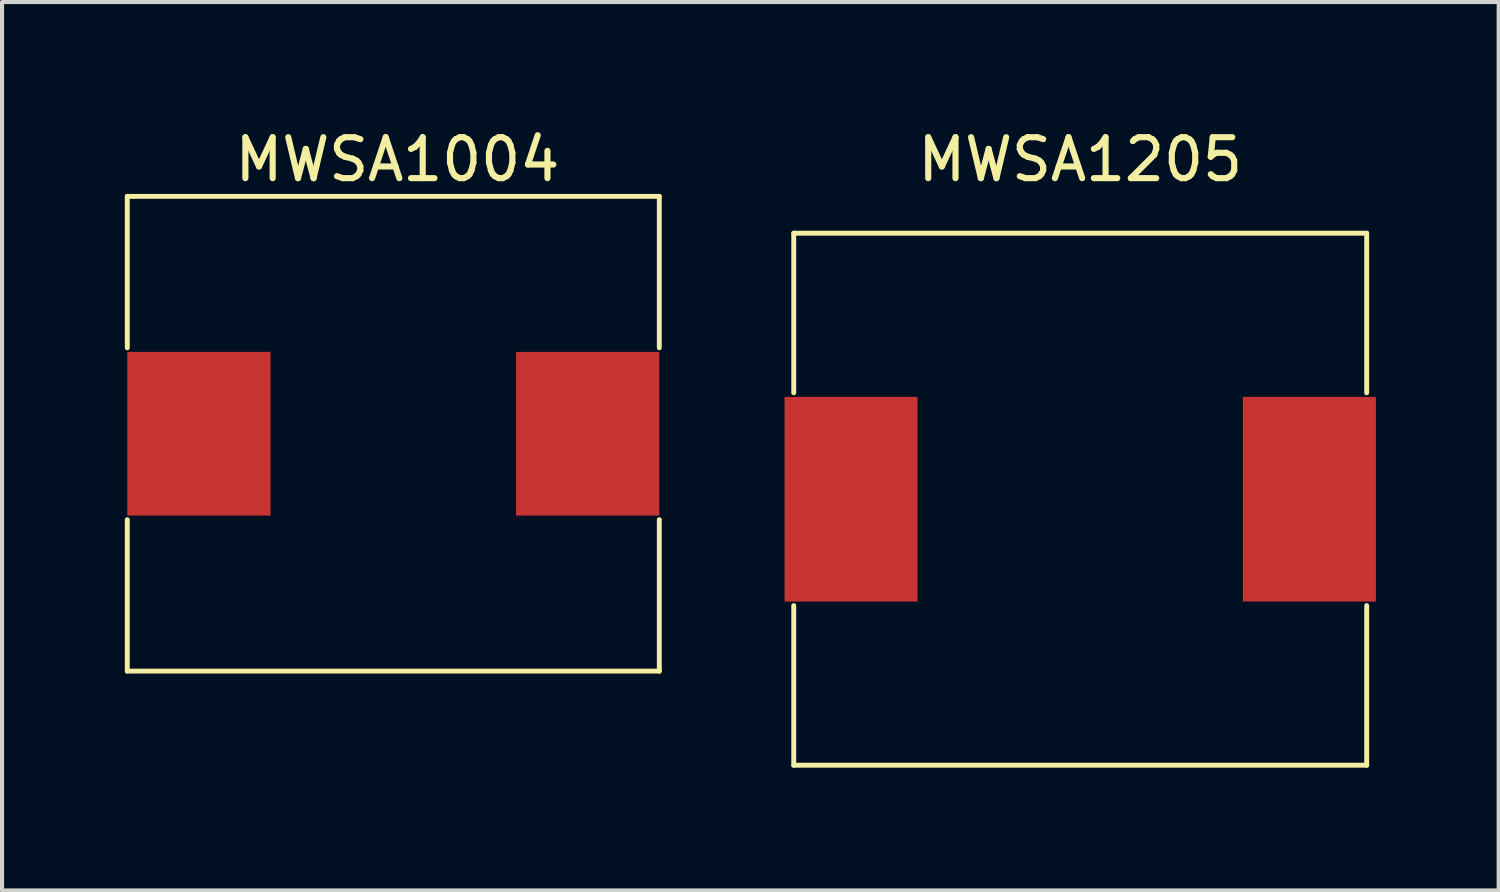
<source format=kicad_pcb>
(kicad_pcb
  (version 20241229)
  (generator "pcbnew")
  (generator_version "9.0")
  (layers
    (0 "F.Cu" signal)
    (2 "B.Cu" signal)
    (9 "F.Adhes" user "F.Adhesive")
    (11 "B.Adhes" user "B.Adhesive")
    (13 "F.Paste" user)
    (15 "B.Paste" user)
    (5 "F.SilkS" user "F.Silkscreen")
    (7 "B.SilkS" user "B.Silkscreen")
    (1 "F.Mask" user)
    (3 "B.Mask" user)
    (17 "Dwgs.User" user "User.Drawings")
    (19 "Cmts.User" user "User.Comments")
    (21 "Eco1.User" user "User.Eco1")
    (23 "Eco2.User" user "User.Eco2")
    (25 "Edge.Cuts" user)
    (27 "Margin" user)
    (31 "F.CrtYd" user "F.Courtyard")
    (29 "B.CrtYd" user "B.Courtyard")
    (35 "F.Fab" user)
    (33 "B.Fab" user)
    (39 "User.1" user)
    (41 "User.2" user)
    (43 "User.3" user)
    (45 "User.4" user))
  (footprint "MWSA1004"
    (layer "F.Cu")
    (at 6.56 7.548)
    (property "Reference" "MWSA1004" (at 0.1 -6.7 0) (layer "F.SilkS") (effects (font (size 1 1) (thickness 0.15))))
    (attr through_hole)
    (fp_line (start -6.5 -5.8) (end -6.5 -2.1) (stroke (width 0.12) (type solid)) (layer "F.SilkS"))
    (fp_line (start -6.5 -5.8) (end 6.5 -5.8) (stroke (width 0.12) (type solid)) (layer "F.SilkS"))
    (fp_line (start -6.5 5.8) (end -6.5 2.1) (stroke (width 0.12) (type solid)) (layer "F.SilkS"))
    (fp_line (start 6.5 -5.8) (end 6.5 -2.1) (stroke (width 0.12) (type solid)) (layer "F.SilkS"))
    (fp_line (start 6.5 5.8) (end -6.5 5.8) (stroke (width 0.12) (type solid)) (layer "F.SilkS"))
    (fp_line (start 6.5 5.8) (end 6.5 2.1) (stroke (width 0.12) (type solid)) (layer "F.SilkS"))
    (pad "1" smd rect (at -4.75 0) (size 3.5 4) (layers "F.Cu" "F.Mask" "F.Paste"))
    (pad "2" smd rect (at 4.75 0) (size 3.5 4) (layers "F.Cu" "F.Mask" "F.Paste")))
  (footprint "MWSA1205"
    (layer "F.Cu")
    (at 23.345 9.148)
    (property "Reference" "MWSA1205" (at 0 -8.3 0) (layer "F.SilkS") (effects (font (size 1 1) (thickness 0.15))))
    (attr through_hole)
    (fp_line (start -7 -6.5) (end -7 -2.6) (stroke (width 0.12) (type solid)) (layer "F.SilkS"))
    (fp_line (start -7 6.5) (end -7 2.6) (stroke (width 0.12) (type solid)) (layer "F.SilkS"))
    (fp_line (start 7 -6.5) (end -7 -6.5) (stroke (width 0.12) (type solid)) (layer "F.SilkS"))
    (fp_line (start 7 -6.5) (end 7 -2.6) (stroke (width 0.12) (type solid)) (layer "F.SilkS"))
    (fp_line (start 7 6.5) (end -7 6.5) (stroke (width 0.12) (type solid)) (layer "F.SilkS"))
    (fp_line (start 7 6.5) (end 7 2.6) (stroke (width 0.12) (type solid)) (layer "F.SilkS"))
    (pad "1" smd rect (at -5.6 0) (size 3.25 5) (layers "F.Cu" "F.Mask" "F.Paste"))
    (pad "2" smd rect (at 5.6 0) (size 3.25 5) (layers "F.Cu" "F.Mask" "F.Paste")))
  (gr_rect
    (start -3 -3)
    (end 33.57 18.708)
    (stroke (width 0.1) (type default))
    (fill no)
    (layer "Edge.Cuts")))
</source>
